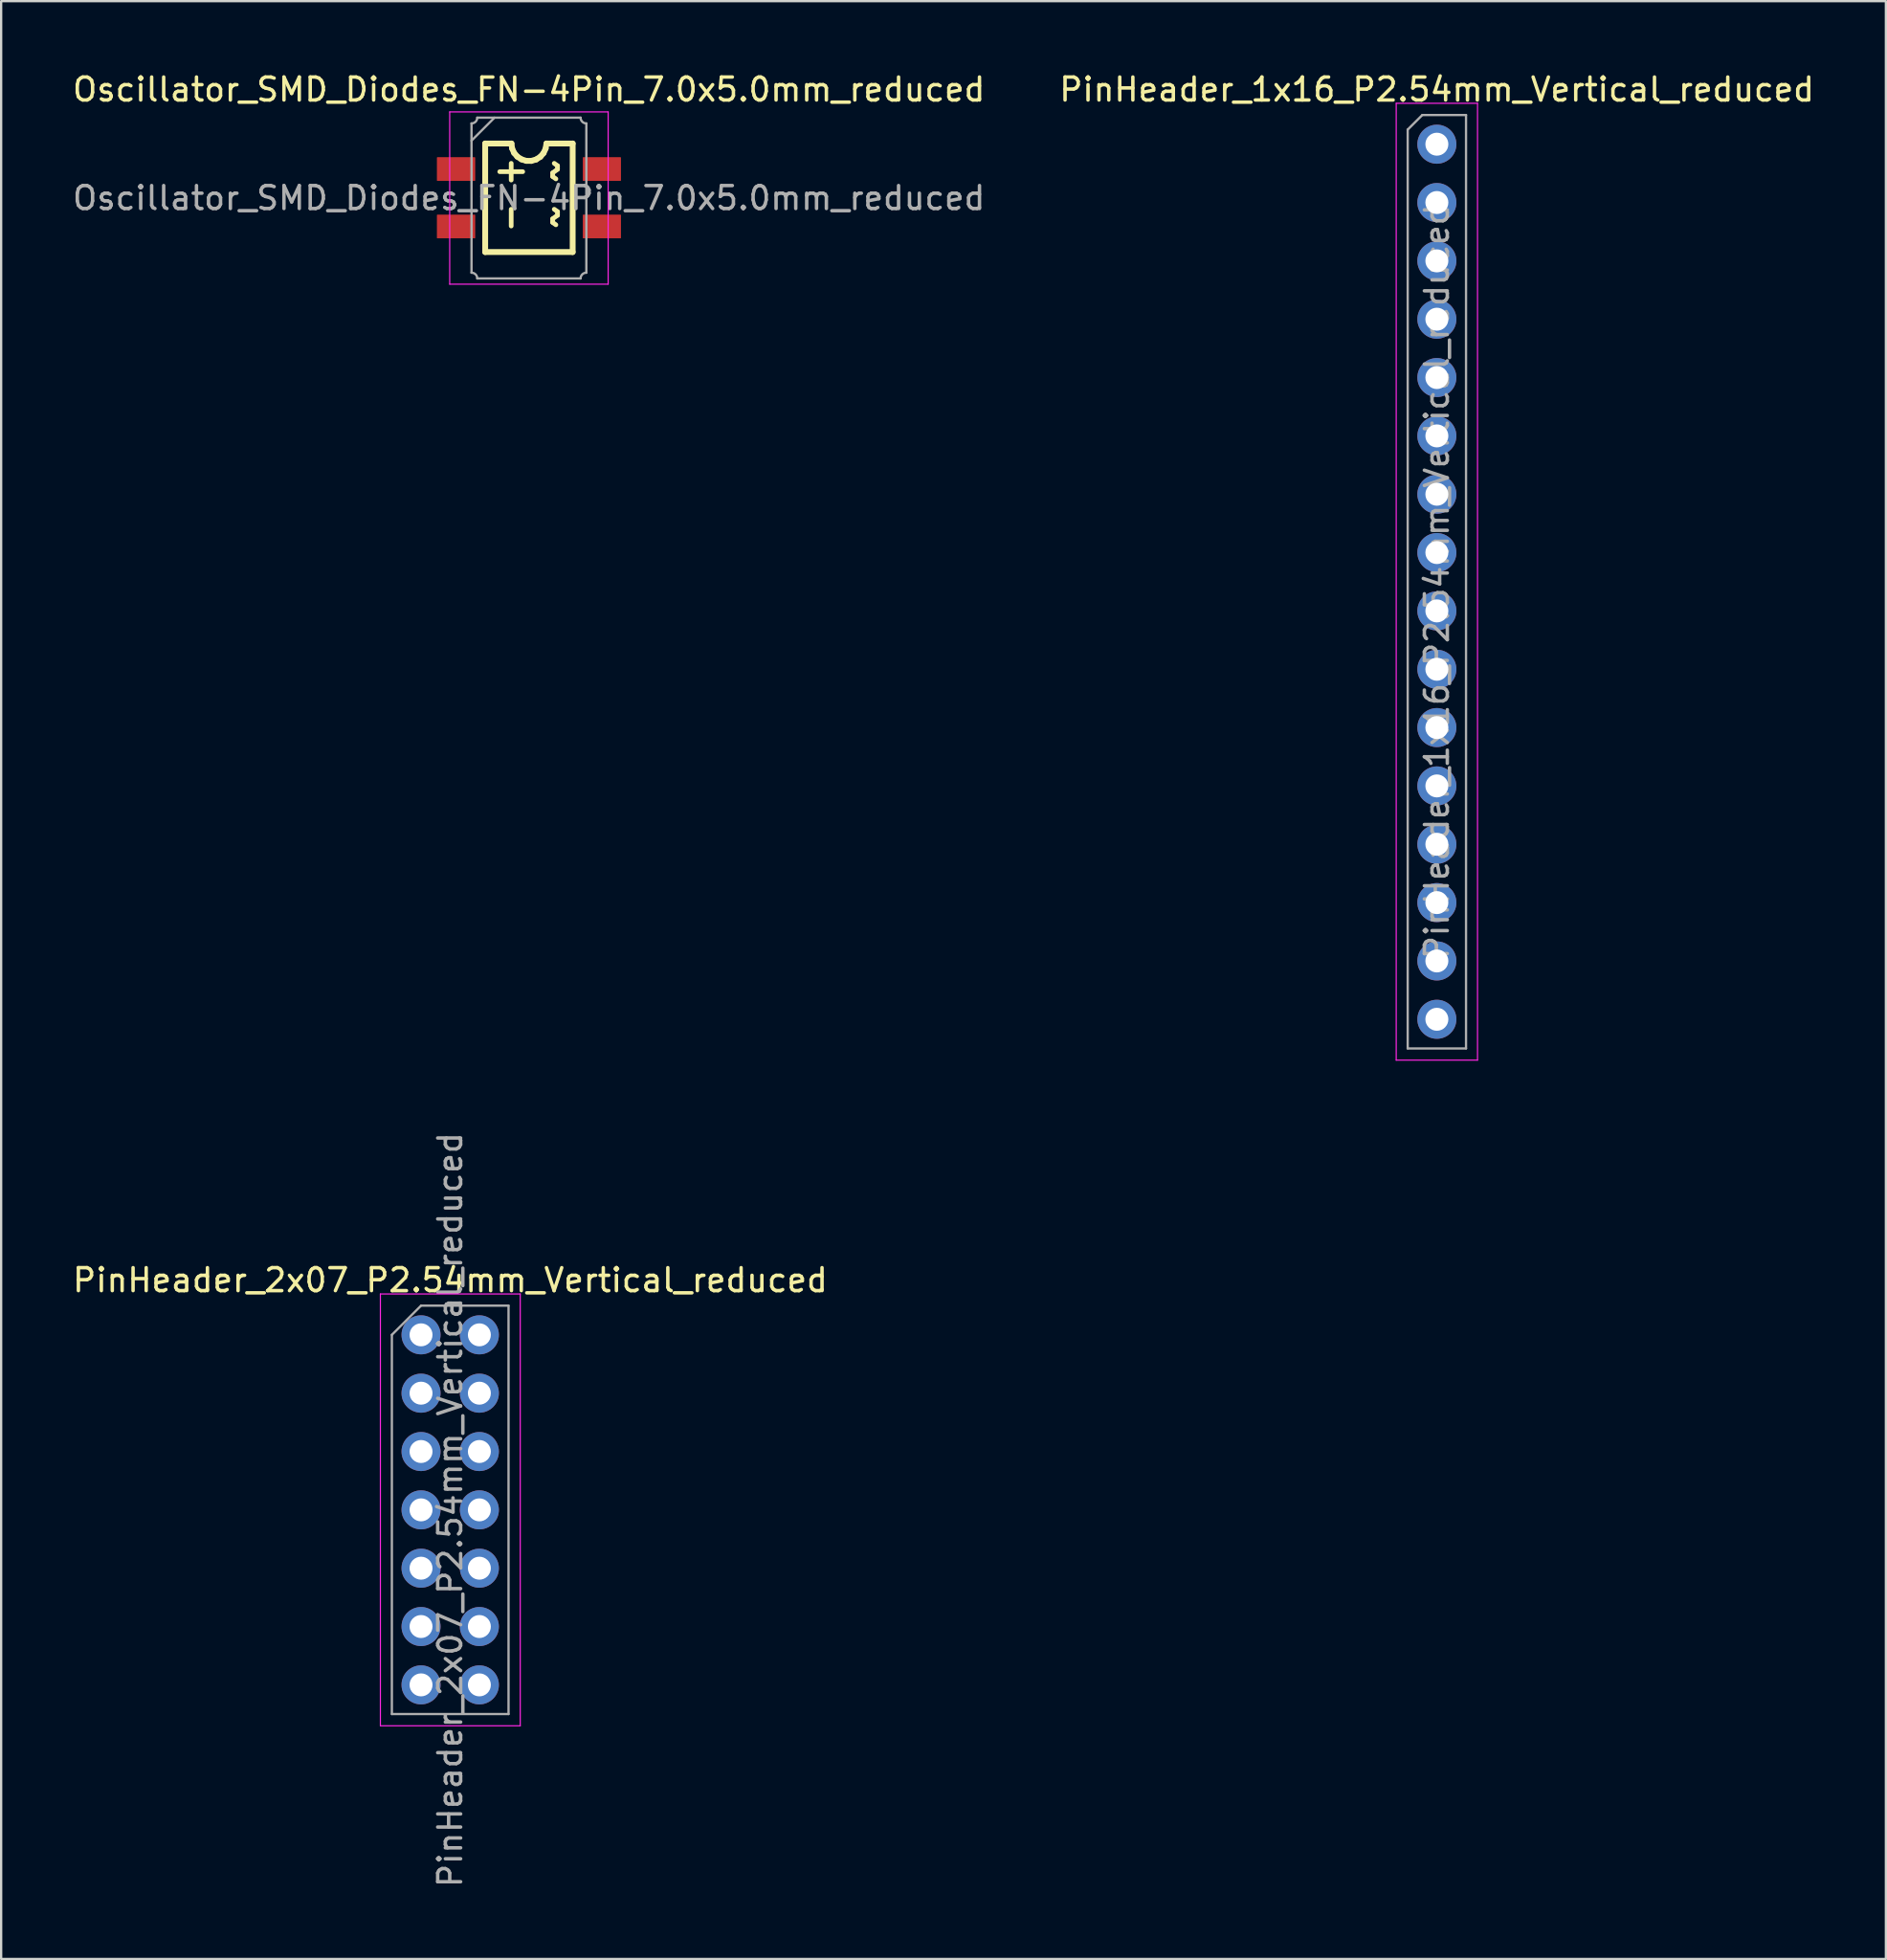
<source format=kicad_pcb>
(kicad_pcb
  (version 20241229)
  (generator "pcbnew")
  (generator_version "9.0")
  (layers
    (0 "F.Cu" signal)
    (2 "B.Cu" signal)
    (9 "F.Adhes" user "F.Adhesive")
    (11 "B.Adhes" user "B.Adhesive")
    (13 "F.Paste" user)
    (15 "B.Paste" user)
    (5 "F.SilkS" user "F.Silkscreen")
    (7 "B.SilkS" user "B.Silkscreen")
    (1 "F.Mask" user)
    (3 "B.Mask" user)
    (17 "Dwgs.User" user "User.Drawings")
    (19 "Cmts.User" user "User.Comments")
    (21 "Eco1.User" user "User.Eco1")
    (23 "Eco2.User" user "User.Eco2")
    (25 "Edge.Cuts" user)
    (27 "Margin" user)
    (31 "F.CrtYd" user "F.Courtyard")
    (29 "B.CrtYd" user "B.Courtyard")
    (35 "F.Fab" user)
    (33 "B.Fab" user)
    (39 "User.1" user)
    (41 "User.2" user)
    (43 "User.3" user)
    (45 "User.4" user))
  (footprint "Oscillator_SMD_Diodes_FN-4Pin_7.0x5.0mm_reduced"
    (layer "F.Cu")
    (at 19.982 5.573)
    (property "Reference" "Oscillator_SMD_Diodes_FN-4Pin_7.0x5.0mm_reduced" (at 0 -4.725 180) (layer "F.SilkS") (effects (font (size 1 1) (thickness 0.15))))
    (attr smd)
    (fp_poly (pts (xy -4 -0.754) (xy -2.984 -0.754) (xy -2.349 -0.754) (xy -2.349 -1.77) (xy -3.365 -1.77) (xy -4 -1.77)) (stroke (width 0) (type solid)) (fill yes) (layer "F.Cu"))
    (fp_poly (pts (xy -4 1.748) (xy -2.984 1.748) (xy -2.349 1.748) (xy -2.349 0.732) (xy -3.365 0.732) (xy -4 0.732)) (stroke (width 0) (type solid)) (fill yes) (layer "F.Cu"))
    (fp_poly (pts (xy 2.35 -0.754) (xy 3.366 -0.754) (xy 4.001 -0.754) (xy 4.001 -1.77) (xy 2.985 -1.77) (xy 2.35 -1.77)) (stroke (width 0) (type solid)) (fill yes) (layer "F.Cu"))
    (fp_poly (pts (xy 2.35 1.748) (xy 3.366 1.748) (xy 4.001 1.748) (xy 4.001 0.732) (xy 2.985 0.732) (xy 2.35 0.732)) (stroke (width 0) (type solid)) (fill yes) (layer "F.Cu"))
    (fp_line (start -1.905 -2.375) (end -0.761 -2.375) (stroke (width 0.254) (type solid)) (layer "F.SilkS"))
    (fp_line (start -1.905 2.35) (end -1.905 -2.375) (stroke (width 0.254) (type solid)) (layer "F.SilkS"))
    (fp_line (start -0.772 -1.511) (end -0.772 -0.784) (stroke (width 0.203) (type solid)) (layer "F.SilkS"))
    (fp_line (start -0.772 0.488) (end -0.772 1.217) (stroke (width 0.203) (type solid)) (layer "F.SilkS"))
    (fp_line (start -0.734 -2.166) (end -0.761 -2.375) (stroke (width 0.254) (type solid)) (layer "F.SilkS"))
    (fp_line (start -0.647 -1.968) (end -0.734 -2.166) (stroke (width 0.254) (type solid)) (layer "F.SilkS"))
    (fp_line (start -0.505 -1.803) (end -0.647 -1.968) (stroke (width 0.254) (type solid)) (layer "F.SilkS"))
    (fp_line (start -0.322 -1.684) (end -0.505 -1.803) (stroke (width 0.254) (type solid)) (layer "F.SilkS"))
    (fp_line (start -0.271 -1.148) (end -1.27 -1.148) (stroke (width 0.203) (type solid)) (layer "F.SilkS"))
    (fp_line (start -0.114 -1.62) (end -0.322 -1.684) (stroke (width 0.254) (type solid)) (layer "F.SilkS"))
    (fp_line (start 0.102 -1.618) (end -0.114 -1.62) (stroke (width 0.254) (type solid)) (layer "F.SilkS"))
    (fp_line (start 0.313 -1.679) (end 0.102 -1.618) (stroke (width 0.254) (type solid)) (layer "F.SilkS"))
    (fp_line (start 0.496 -1.795) (end 0.313 -1.679) (stroke (width 0.254) (type solid)) (layer "F.SilkS"))
    (fp_line (start 0.638 -1.96) (end 0.496 -1.795) (stroke (width 0.254) (type solid)) (layer "F.SilkS"))
    (fp_line (start 0.729 -2.159) (end 0.638 -1.96) (stroke (width 0.254) (type solid)) (layer "F.SilkS"))
    (fp_line (start 0.762 -2.375) (end 0.729 -2.159) (stroke (width 0.254) (type solid)) (layer "F.SilkS"))
    (fp_line (start 0.762 -2.375) (end 1.905 -2.375) (stroke (width 0.254) (type solid)) (layer "F.SilkS"))
    (fp_line (start 1.032 -1.094) (end 1.032 -0.939) (stroke (width 0.203) (type solid)) (layer "F.SilkS"))
    (fp_line (start 1.032 -0.939) (end 1.174 -0.835) (stroke (width 0.203) (type solid)) (layer "F.SilkS"))
    (fp_line (start 1.032 0.905) (end 1.032 1.06) (stroke (width 0.203) (type solid)) (layer "F.SilkS"))
    (fp_line (start 1.032 1.06) (end 1.174 1.164) (stroke (width 0.203) (type solid)) (layer "F.SilkS"))
    (fp_line (start 1.103 -1.511) (end 1.245 -1.407) (stroke (width 0.203) (type solid)) (layer "F.SilkS"))
    (fp_line (start 1.103 0.488) (end 1.245 0.592) (stroke (width 0.203) (type solid)) (layer "F.SilkS"))
    (fp_line (start 1.245 -1.407) (end 1.245 -1.252) (stroke (width 0.203) (type solid)) (layer "F.SilkS"))
    (fp_line (start 1.245 -1.252) (end 1.032 -1.094) (stroke (width 0.203) (type solid)) (layer "F.SilkS"))
    (fp_line (start 1.245 0.592) (end 1.245 0.75) (stroke (width 0.203) (type solid)) (layer "F.SilkS"))
    (fp_line (start 1.245 0.75) (end 1.032 0.905) (stroke (width 0.203) (type solid)) (layer "F.SilkS"))
    (fp_line (start 1.905 -2.375) (end 1.905 2.35) (stroke (width 0.254) (type solid)) (layer "F.SilkS"))
    (fp_line (start 1.905 2.35) (end -1.905 2.35) (stroke (width 0.254) (type solid)) (layer "F.SilkS"))
    (fp_line (start -3.45 -3.75) (end 3.45 -3.75) (stroke (width 0.05) (type solid)) (layer "F.CrtYd"))
    (fp_line (start -3.45 3.75) (end -3.45 -3.75) (stroke (width 0.05) (type solid)) (layer "F.CrtYd"))
    (fp_line (start 3.45 -3.75) (end 3.45 3.75) (stroke (width 0.05) (type solid)) (layer "F.CrtYd"))
    (fp_line (start 3.45 3.75) (end -3.45 3.75) (stroke (width 0.05) (type solid)) (layer "F.CrtYd"))
    (fp_line (start -2.5 -2.5) (end -1.5 -3.5) (stroke (width 0.1) (type solid)) (layer "F.Fab"))
    (fp_line (start -2.5 3.25) (end -2.5 -3.25) (stroke (width 0.1) (type solid)) (layer "F.Fab"))
    (fp_line (start -2.25 -3.5) (end 2.25 -3.5) (stroke (width 0.1) (type solid)) (layer "F.Fab"))
    (fp_line (start -2.25 3.5) (end 2.25 3.5) (stroke (width 0.1) (type solid)) (layer "F.Fab"))
    (fp_line (start 2.5 -3.25) (end 2.5 3.25) (stroke (width 0.1) (type solid)) (layer "F.Fab"))
    (fp_arc (start -2.5 3.25) (mid -2.323223 3.323223) (end -2.25 3.5) (stroke (width 0.1) (type solid)) (layer "F.Fab"))
    (fp_arc (start -2.25 -3.5) (mid -2.323223 -3.323223) (end -2.5 -3.25) (stroke (width 0.1) (type solid)) (layer "F.Fab"))
    (fp_arc (start 2.25 3.5) (mid 2.323223 3.323223) (end 2.5 3.25) (stroke (width 0.1) (type solid)) (layer "F.Fab"))
    (fp_arc (start 2.5 -3.25) (mid 2.323223 -3.323223) (end 2.25 -3.5) (stroke (width 0.1) (type solid)) (layer "F.Fab"))
    (fp_text user "${REFERENCE}" (at 0 0 180) (layer "F.Fab") (effects (font (size 1 1) (thickness 0.15))))
    (pad "1" smd rect (at -3.174 -1.262) (size 1.651 1.016) (layers "F.Cu" "F.Mask" "F.Paste"))
    (pad "2" smd rect (at -3.174 1.24) (size 1.651 1.016) (layers "F.Cu" "F.Mask" "F.Paste"))
    (pad "3" smd rect (at 3.175 -1.262) (size 1.651 1.016) (layers "F.Cu" "F.Mask" "F.Paste"))
    (pad "4" smd rect (at 3.175 1.24) (size 1.651 1.016) (layers "F.Cu" "F.Mask" "F.Paste")))
  (footprint "PinHeader_2x07_P2.54mm_Vertical_reduced"
    (layer "F.Cu")
    (at 15.284 55.067)
    (property "Reference" "PinHeader_2x07_P2.54mm_Vertical_reduced" (at 1.27 -2.38 0) (layer "F.SilkS") (effects (font (size 1 1) (thickness 0.15))))
    (attr through_hole)
    (fp_line (start -1.77 -1.78) (end -1.77 17.02) (stroke (width 0.05) (type solid)) (layer "F.CrtYd"))
    (fp_line (start -1.77 17.02) (end 4.32 17.02) (stroke (width 0.05) (type solid)) (layer "F.CrtYd"))
    (fp_line (start 4.32 -1.78) (end -1.77 -1.78) (stroke (width 0.05) (type solid)) (layer "F.CrtYd"))
    (fp_line (start 4.32 17.02) (end 4.32 -1.78) (stroke (width 0.05) (type solid)) (layer "F.CrtYd"))
    (fp_line (start -1.27 0) (end 0 -1.27) (stroke (width 0.1) (type solid)) (layer "F.Fab"))
    (fp_line (start -1.27 16.51) (end -1.27 0) (stroke (width 0.1) (type solid)) (layer "F.Fab"))
    (fp_line (start 0 -1.27) (end 3.81 -1.27) (stroke (width 0.1) (type solid)) (layer "F.Fab"))
    (fp_line (start 3.81 -1.27) (end 3.81 16.51) (stroke (width 0.1) (type solid)) (layer "F.Fab"))
    (fp_line (start 3.81 16.51) (end -1.27 16.51) (stroke (width 0.1) (type solid)) (layer "F.Fab"))
    (fp_text user "${REFERENCE}" (at 1.27 7.62 270) (layer "F.Fab") (effects (font (size 1 1) (thickness 0.15))))
    (pad "1" thru_hole circle (at 0 0) (size 1.7 1.7) (drill 1) (layers "*.Cu" "*.Mask"))
    (pad "2" thru_hole circle (at 2.54 0) (size 1.7 1.7) (drill 1) (layers "*.Cu" "*.Mask"))
    (pad "3" thru_hole circle (at 0 2.54) (size 1.7 1.7) (drill 1) (layers "*.Cu" "*.Mask"))
    (pad "4" thru_hole circle (at 2.54 2.54) (size 1.7 1.7) (drill 1) (layers "*.Cu" "*.Mask"))
    (pad "5" thru_hole circle (at 0 5.08) (size 1.7 1.7) (drill 1) (layers "*.Cu" "*.Mask"))
    (pad "6" thru_hole circle (at 2.54 5.08) (size 1.7 1.7) (drill 1) (layers "*.Cu" "*.Mask"))
    (pad "7" thru_hole circle (at 0 7.62) (size 1.7 1.7) (drill 1) (layers "*.Cu" "*.Mask"))
    (pad "8" thru_hole circle (at 2.54 7.62) (size 1.7 1.7) (drill 1) (layers "*.Cu" "*.Mask"))
    (pad "9" thru_hole circle (at 0 10.16) (size 1.7 1.7) (drill 1) (layers "*.Cu" "*.Mask"))
    (pad "10" thru_hole circle (at 2.54 10.16) (size 1.7 1.7) (drill 1) (layers "*.Cu" "*.Mask"))
    (pad "11" thru_hole circle (at 0 12.7) (size 1.7 1.7) (drill 1) (layers "*.Cu" "*.Mask"))
    (pad "12" thru_hole circle (at 2.54 12.7) (size 1.7 1.7) (drill 1) (layers "*.Cu" "*.Mask"))
    (pad "13" thru_hole circle (at 0 15.24) (size 1.7 1.7) (drill 1) (layers "*.Cu" "*.Mask"))
    (pad "14" thru_hole circle (at 2.54 15.24) (size 1.7 1.7) (drill 1) (layers "*.Cu" "*.Mask")))
  (footprint "PinHeader_1x16_P2.54mm_Vertical_reduced"
    (layer "F.Cu")
    (at 59.518 3.228)
    (property "Reference" "PinHeader_1x16_P2.54mm_Vertical_reduced" (at 0 -2.38 0) (layer "F.SilkS") (effects (font (size 1 1) (thickness 0.15))))
    (attr through_hole)
    (fp_line (start -1.77 -1.78) (end -1.77 39.88) (stroke (width 0.05) (type solid)) (layer "F.CrtYd"))
    (fp_line (start -1.77 39.88) (end 1.77 39.88) (stroke (width 0.05) (type solid)) (layer "F.CrtYd"))
    (fp_line (start 1.77 -1.78) (end -1.77 -1.78) (stroke (width 0.05) (type solid)) (layer "F.CrtYd"))
    (fp_line (start 1.77 39.88) (end 1.77 -1.78) (stroke (width 0.05) (type solid)) (layer "F.CrtYd"))
    (fp_line (start -1.27 -0.635) (end -0.635 -1.27) (stroke (width 0.1) (type solid)) (layer "F.Fab"))
    (fp_line (start -1.27 39.37) (end -1.27 -0.635) (stroke (width 0.1) (type solid)) (layer "F.Fab"))
    (fp_line (start -0.635 -1.27) (end 1.27 -1.27) (stroke (width 0.1) (type solid)) (layer "F.Fab"))
    (fp_line (start 1.27 -1.27) (end 1.27 39.37) (stroke (width 0.1) (type solid)) (layer "F.Fab"))
    (fp_line (start 1.27 39.37) (end -1.27 39.37) (stroke (width 0.1) (type solid)) (layer "F.Fab"))
    (fp_text user "${REFERENCE}" (at 0 19.05 270) (layer "F.Fab") (effects (font (size 1 1) (thickness 0.15))))
    (pad "1" thru_hole circle (at 0 0) (size 1.7 1.7) (drill 1) (layers "*.Cu" "*.Mask"))
    (pad "2" thru_hole circle (at 0 2.54) (size 1.7 1.7) (drill 1) (layers "*.Cu" "*.Mask"))
    (pad "3" thru_hole circle (at 0 5.08) (size 1.7 1.7) (drill 1) (layers "*.Cu" "*.Mask"))
    (pad "4" thru_hole circle (at 0 7.62) (size 1.7 1.7) (drill 1) (layers "*.Cu" "*.Mask"))
    (pad "5" thru_hole circle (at 0 10.16) (size 1.7 1.7) (drill 1) (layers "*.Cu" "*.Mask"))
    (pad "6" thru_hole circle (at 0 12.7) (size 1.7 1.7) (drill 1) (layers "*.Cu" "*.Mask"))
    (pad "7" thru_hole circle (at 0 15.24) (size 1.7 1.7) (drill 1) (layers "*.Cu" "*.Mask"))
    (pad "8" thru_hole circle (at 0 17.78) (size 1.7 1.7) (drill 1) (layers "*.Cu" "*.Mask"))
    (pad "9" thru_hole circle (at 0 20.32) (size 1.7 1.7) (drill 1) (layers "*.Cu" "*.Mask"))
    (pad "10" thru_hole circle (at 0 22.86) (size 1.7 1.7) (drill 1) (layers "*.Cu" "*.Mask"))
    (pad "11" thru_hole circle (at 0 25.4) (size 1.7 1.7) (drill 1) (layers "*.Cu" "*.Mask"))
    (pad "12" thru_hole circle (at 0 27.94) (size 1.7 1.7) (drill 1) (layers "*.Cu" "*.Mask"))
    (pad "13" thru_hole circle (at 0 30.48) (size 1.7 1.7) (drill 1) (layers "*.Cu" "*.Mask"))
    (pad "14" thru_hole circle (at 0 33.02) (size 1.7 1.7) (drill 1) (layers "*.Cu" "*.Mask"))
    (pad "15" thru_hole circle (at 0 35.56) (size 1.7 1.7) (drill 1) (layers "*.Cu" "*.Mask"))
    (pad "16" thru_hole circle (at 0 38.1) (size 1.7 1.7) (drill 1) (layers "*.Cu" "*.Mask")))
  (gr_rect
    (start -3 -3)
    (end 79.071 82.24)
    (stroke (width 0.1) (type default))
    (fill no)
    (layer "Edge.Cuts")))
</source>
